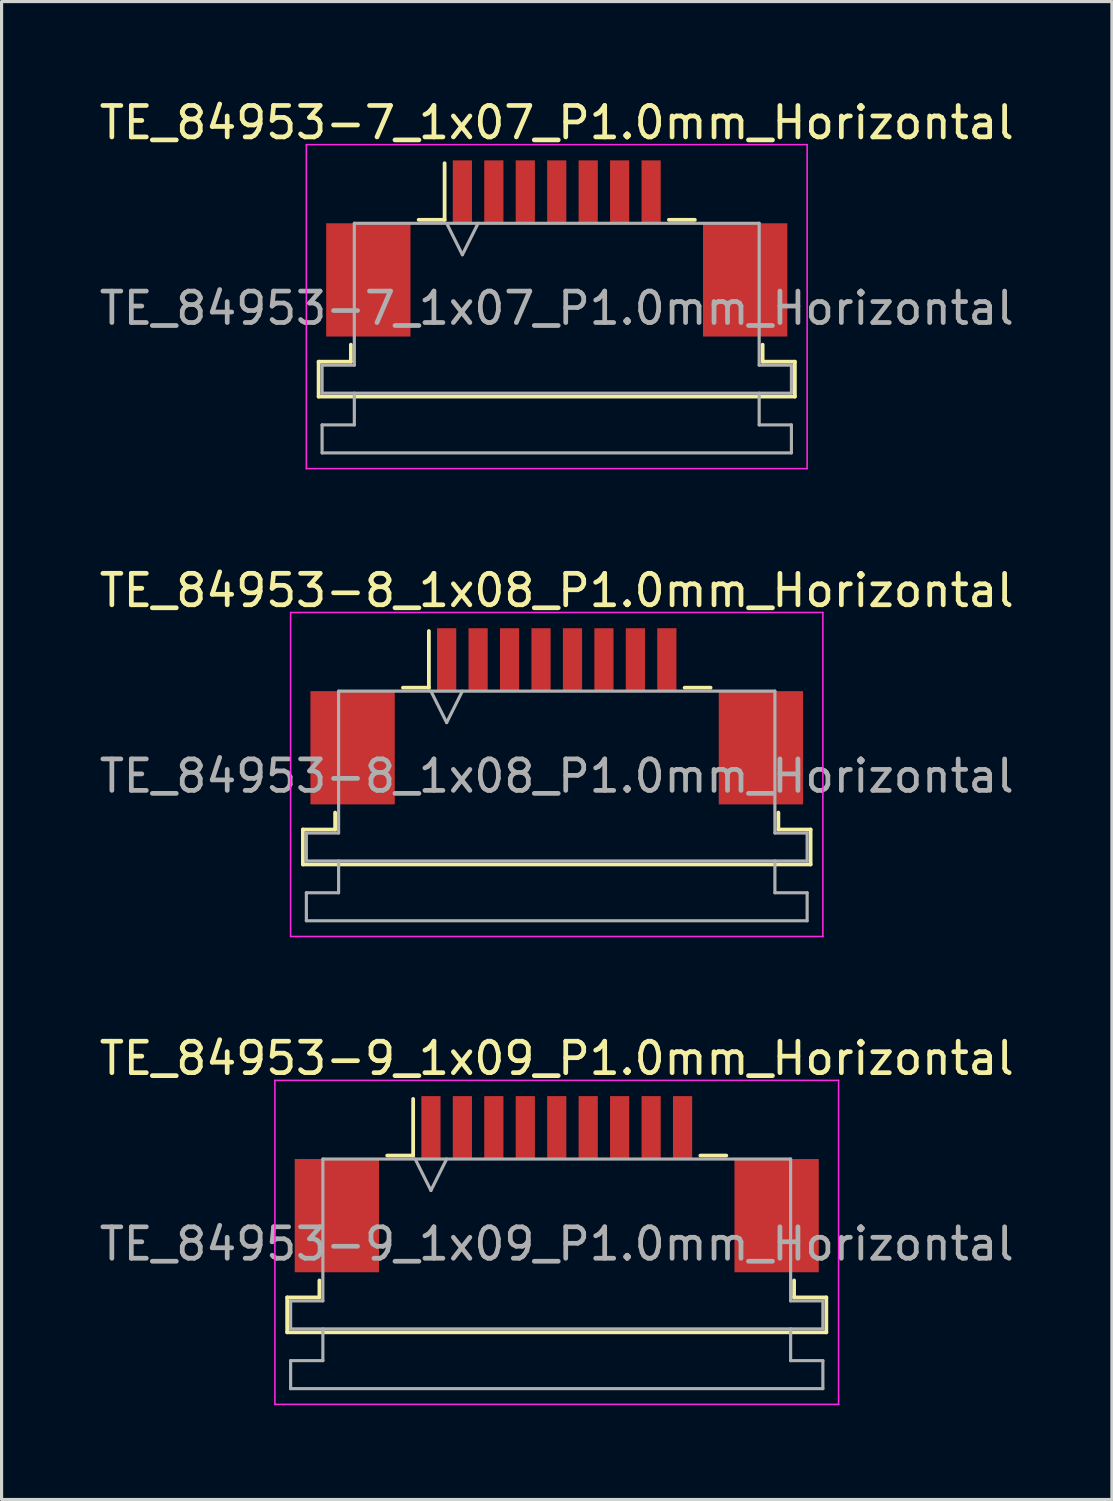
<source format=kicad_pcb>
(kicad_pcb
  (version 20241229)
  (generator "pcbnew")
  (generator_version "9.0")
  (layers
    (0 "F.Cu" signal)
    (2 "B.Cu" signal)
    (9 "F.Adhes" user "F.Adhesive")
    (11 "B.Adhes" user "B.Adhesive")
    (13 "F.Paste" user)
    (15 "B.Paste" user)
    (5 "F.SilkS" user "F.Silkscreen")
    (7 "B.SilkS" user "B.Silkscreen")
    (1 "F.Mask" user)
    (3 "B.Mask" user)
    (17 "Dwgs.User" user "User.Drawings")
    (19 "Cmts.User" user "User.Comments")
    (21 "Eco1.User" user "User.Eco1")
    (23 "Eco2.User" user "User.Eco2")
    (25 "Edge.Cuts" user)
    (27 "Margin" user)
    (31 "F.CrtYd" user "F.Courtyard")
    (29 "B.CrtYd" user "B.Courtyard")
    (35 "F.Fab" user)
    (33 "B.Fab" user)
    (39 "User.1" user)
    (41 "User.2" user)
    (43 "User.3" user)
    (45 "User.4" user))
  (footprint "TE_84953-9_1x09_P1.0mm_Horizontal"
    (layer "F.Cu")
    (at 14.649 34.595)
    (property "Reference" "TE_84953-9_1x09_P1.0mm_Horizontal" (at 0 -4 0) (layer "F.SilkS") (effects (font (size 1 1) (thickness 0.15))))
    (attr smd)
    (fp_line (start -8.57 3.6) (end -7.545 3.6) (stroke (width 0.12) (type solid)) (layer "F.SilkS"))
    (fp_line (start -8.57 4.71) (end -8.57 3.6) (stroke (width 0.12) (type solid)) (layer "F.SilkS"))
    (fp_line (start -7.545 3.6) (end -7.545 3.06) (stroke (width 0.12) (type solid)) (layer "F.SilkS"))
    (fp_line (start -5.39 -0.91) (end -4.565 -0.91) (stroke (width 0.12) (type solid)) (layer "F.SilkS"))
    (fp_line (start -4.565 -0.91) (end -4.565 -2.71) (stroke (width 0.12) (type solid)) (layer "F.SilkS"))
    (fp_line (start 4.565 -0.91) (end 5.39 -0.91) (stroke (width 0.12) (type solid)) (layer "F.SilkS"))
    (fp_line (start 7.545 3.06) (end 7.545 3.6) (stroke (width 0.12) (type solid)) (layer "F.SilkS"))
    (fp_line (start 7.545 3.6) (end 8.57 3.6) (stroke (width 0.12) (type solid)) (layer "F.SilkS"))
    (fp_line (start 8.57 3.6) (end 8.57 4.71) (stroke (width 0.12) (type solid)) (layer "F.SilkS"))
    (fp_line (start 8.57 4.71) (end -8.57 4.71) (stroke (width 0.12) (type solid)) (layer "F.SilkS"))
    (fp_line (start -8.96 -3.3) (end -8.96 7) (stroke (width 0.05) (type solid)) (layer "F.CrtYd"))
    (fp_line (start -8.96 7) (end 8.96 7) (stroke (width 0.05) (type solid)) (layer "F.CrtYd"))
    (fp_line (start 8.96 -3.3) (end -8.96 -3.3) (stroke (width 0.05) (type solid)) (layer "F.CrtYd"))
    (fp_line (start 8.96 7) (end 8.96 -3.3) (stroke (width 0.05) (type solid)) (layer "F.CrtYd"))
    (fp_line (start -8.46 3.71) (end -7.435 3.71) (stroke (width 0.1) (type solid)) (layer "F.Fab"))
    (fp_line (start -8.46 4.6) (end -8.46 3.71) (stroke (width 0.1) (type solid)) (layer "F.Fab"))
    (fp_line (start -8.46 5.61) (end -7.435 5.61) (stroke (width 0.1) (type solid)) (layer "F.Fab"))
    (fp_line (start -8.46 6.5) (end -8.46 5.61) (stroke (width 0.1) (type solid)) (layer "F.Fab"))
    (fp_line (start -7.435 -0.8) (end 7.435 -0.8) (stroke (width 0.1) (type solid)) (layer "F.Fab"))
    (fp_line (start -7.435 3.71) (end -7.435 -0.8) (stroke (width 0.1) (type solid)) (layer "F.Fab"))
    (fp_line (start -7.435 5.61) (end -7.435 4.6) (stroke (width 0.1) (type solid)) (layer "F.Fab"))
    (fp_line (start -4.5 -0.8) (end -4 0.2) (stroke (width 0.1) (type solid)) (layer "F.Fab"))
    (fp_line (start -4 0.2) (end -3.5 -0.8) (stroke (width 0.1) (type solid)) (layer "F.Fab"))
    (fp_line (start 7.435 -0.8) (end 7.435 3.71) (stroke (width 0.1) (type solid)) (layer "F.Fab"))
    (fp_line (start 7.435 3.71) (end 8.46 3.71) (stroke (width 0.1) (type solid)) (layer "F.Fab"))
    (fp_line (start 7.435 4.6) (end 7.435 5.61) (stroke (width 0.1) (type solid)) (layer "F.Fab"))
    (fp_line (start 7.435 5.61) (end 8.46 5.61) (stroke (width 0.1) (type solid)) (layer "F.Fab"))
    (fp_line (start 8.46 3.71) (end 8.46 4.6) (stroke (width 0.1) (type solid)) (layer "F.Fab"))
    (fp_line (start 8.46 4.6) (end -8.46 4.6) (stroke (width 0.1) (type solid)) (layer "F.Fab"))
    (fp_line (start 8.46 5.61) (end 8.46 6.5) (stroke (width 0.1) (type solid)) (layer "F.Fab"))
    (fp_line (start 8.46 6.5) (end -8.46 6.5) (stroke (width 0.1) (type solid)) (layer "F.Fab"))
    (fp_text user "${REFERENCE}" (at 0 1.9 0) (layer "F.Fab") (effects (font (size 1 1) (thickness 0.15))))
    (pad "" smd rect (at -6.99 1) (size 2.68 3.6) (layers "F.Cu" "F.Mask" "F.Paste"))
    (pad "" smd rect (at 6.99 1) (size 2.68 3.6) (layers "F.Cu" "F.Mask" "F.Paste"))
    (pad "1" smd rect (at -4 -1.8) (size 0.61 2) (layers "F.Cu" "F.Mask" "F.Paste"))
    (pad "2" smd rect (at -3 -1.8) (size 0.61 2) (layers "F.Cu" "F.Mask" "F.Paste"))
    (pad "3" smd rect (at -2 -1.8) (size 0.61 2) (layers "F.Cu" "F.Mask" "F.Paste"))
    (pad "4" smd rect (at -1 -1.8) (size 0.61 2) (layers "F.Cu" "F.Mask" "F.Paste"))
    (pad "5" smd rect (at 0 -1.8) (size 0.61 2) (layers "F.Cu" "F.Mask" "F.Paste"))
    (pad "6" smd rect (at 1 -1.8) (size 0.61 2) (layers "F.Cu" "F.Mask" "F.Paste"))
    (pad "7" smd rect (at 2 -1.8) (size 0.61 2) (layers "F.Cu" "F.Mask" "F.Paste"))
    (pad "8" smd rect (at 3 -1.8) (size 0.61 2) (layers "F.Cu" "F.Mask" "F.Paste"))
    (pad "9" smd rect (at 4 -1.8) (size 0.61 2) (layers "F.Cu" "F.Mask" "F.Paste")))
  (footprint "TE_84953-7_1x07_P1.0mm_Horizontal"
    (layer "F.Cu")
    (at 14.649 4.848)
    (property "Reference" "TE_84953-7_1x07_P1.0mm_Horizontal" (at 0 -4 0) (layer "F.SilkS") (effects (font (size 1 1) (thickness 0.15))))
    (attr smd)
    (fp_line (start -7.57 3.6) (end -6.545 3.6) (stroke (width 0.12) (type solid)) (layer "F.SilkS"))
    (fp_line (start -7.57 4.71) (end -7.57 3.6) (stroke (width 0.12) (type solid)) (layer "F.SilkS"))
    (fp_line (start -6.545 3.6) (end -6.545 3.06) (stroke (width 0.12) (type solid)) (layer "F.SilkS"))
    (fp_line (start -4.39 -0.91) (end -3.565 -0.91) (stroke (width 0.12) (type solid)) (layer "F.SilkS"))
    (fp_line (start -3.565 -0.91) (end -3.565 -2.71) (stroke (width 0.12) (type solid)) (layer "F.SilkS"))
    (fp_line (start 3.565 -0.91) (end 4.39 -0.91) (stroke (width 0.12) (type solid)) (layer "F.SilkS"))
    (fp_line (start 6.545 3.06) (end 6.545 3.6) (stroke (width 0.12) (type solid)) (layer "F.SilkS"))
    (fp_line (start 6.545 3.6) (end 7.57 3.6) (stroke (width 0.12) (type solid)) (layer "F.SilkS"))
    (fp_line (start 7.57 3.6) (end 7.57 4.71) (stroke (width 0.12) (type solid)) (layer "F.SilkS"))
    (fp_line (start 7.57 4.71) (end -7.57 4.71) (stroke (width 0.12) (type solid)) (layer "F.SilkS"))
    (fp_line (start -7.96 -3.3) (end -7.96 7) (stroke (width 0.05) (type solid)) (layer "F.CrtYd"))
    (fp_line (start -7.96 7) (end 7.96 7) (stroke (width 0.05) (type solid)) (layer "F.CrtYd"))
    (fp_line (start 7.96 -3.3) (end -7.96 -3.3) (stroke (width 0.05) (type solid)) (layer "F.CrtYd"))
    (fp_line (start 7.96 7) (end 7.96 -3.3) (stroke (width 0.05) (type solid)) (layer "F.CrtYd"))
    (fp_line (start -7.46 3.71) (end -6.435 3.71) (stroke (width 0.1) (type solid)) (layer "F.Fab"))
    (fp_line (start -7.46 4.6) (end -7.46 3.71) (stroke (width 0.1) (type solid)) (layer "F.Fab"))
    (fp_line (start -7.46 5.61) (end -6.435 5.61) (stroke (width 0.1) (type solid)) (layer "F.Fab"))
    (fp_line (start -7.46 6.5) (end -7.46 5.61) (stroke (width 0.1) (type solid)) (layer "F.Fab"))
    (fp_line (start -6.435 -0.8) (end 6.435 -0.8) (stroke (width 0.1) (type solid)) (layer "F.Fab"))
    (fp_line (start -6.435 3.71) (end -6.435 -0.8) (stroke (width 0.1) (type solid)) (layer "F.Fab"))
    (fp_line (start -6.435 5.61) (end -6.435 4.6) (stroke (width 0.1) (type solid)) (layer "F.Fab"))
    (fp_line (start -3.5 -0.8) (end -3 0.2) (stroke (width 0.1) (type solid)) (layer "F.Fab"))
    (fp_line (start -3 0.2) (end -2.5 -0.8) (stroke (width 0.1) (type solid)) (layer "F.Fab"))
    (fp_line (start 6.435 -0.8) (end 6.435 3.71) (stroke (width 0.1) (type solid)) (layer "F.Fab"))
    (fp_line (start 6.435 3.71) (end 7.46 3.71) (stroke (width 0.1) (type solid)) (layer "F.Fab"))
    (fp_line (start 6.435 4.6) (end 6.435 5.61) (stroke (width 0.1) (type solid)) (layer "F.Fab"))
    (fp_line (start 6.435 5.61) (end 7.46 5.61) (stroke (width 0.1) (type solid)) (layer "F.Fab"))
    (fp_line (start 7.46 3.71) (end 7.46 4.6) (stroke (width 0.1) (type solid)) (layer "F.Fab"))
    (fp_line (start 7.46 4.6) (end -7.46 4.6) (stroke (width 0.1) (type solid)) (layer "F.Fab"))
    (fp_line (start 7.46 5.61) (end 7.46 6.5) (stroke (width 0.1) (type solid)) (layer "F.Fab"))
    (fp_line (start 7.46 6.5) (end -7.46 6.5) (stroke (width 0.1) (type solid)) (layer "F.Fab"))
    (fp_text user "${REFERENCE}" (at 0 1.9 0) (layer "F.Fab") (effects (font (size 1 1) (thickness 0.15))))
    (pad "" smd rect (at -5.99 1) (size 2.68 3.6) (layers "F.Cu" "F.Mask" "F.Paste"))
    (pad "" smd rect (at 5.99 1) (size 2.68 3.6) (layers "F.Cu" "F.Mask" "F.Paste"))
    (pad "1" smd rect (at -3 -1.8) (size 0.61 2) (layers "F.Cu" "F.Mask" "F.Paste"))
    (pad "2" smd rect (at -2 -1.8) (size 0.61 2) (layers "F.Cu" "F.Mask" "F.Paste"))
    (pad "3" smd rect (at -1 -1.8) (size 0.61 2) (layers "F.Cu" "F.Mask" "F.Paste"))
    (pad "4" smd rect (at 0 -1.8) (size 0.61 2) (layers "F.Cu" "F.Mask" "F.Paste"))
    (pad "5" smd rect (at 1 -1.8) (size 0.61 2) (layers "F.Cu" "F.Mask" "F.Paste"))
    (pad "6" smd rect (at 2 -1.8) (size 0.61 2) (layers "F.Cu" "F.Mask" "F.Paste"))
    (pad "7" smd rect (at 3 -1.8) (size 0.61 2) (layers "F.Cu" "F.Mask" "F.Paste")))
  (footprint "TE_84953-8_1x08_P1.0mm_Horizontal"
    (layer "F.Cu")
    (at 14.649 19.721)
    (property "Reference" "TE_84953-8_1x08_P1.0mm_Horizontal" (at 0 -4 0) (layer "F.SilkS") (effects (font (size 1 1) (thickness 0.15))))
    (attr smd)
    (fp_line (start -8.07 3.6) (end -7.045 3.6) (stroke (width 0.12) (type solid)) (layer "F.SilkS"))
    (fp_line (start -8.07 4.71) (end -8.07 3.6) (stroke (width 0.12) (type solid)) (layer "F.SilkS"))
    (fp_line (start -7.045 3.6) (end -7.045 3.06) (stroke (width 0.12) (type solid)) (layer "F.SilkS"))
    (fp_line (start -4.89 -0.91) (end -4.065 -0.91) (stroke (width 0.12) (type solid)) (layer "F.SilkS"))
    (fp_line (start -4.065 -0.91) (end -4.065 -2.71) (stroke (width 0.12) (type solid)) (layer "F.SilkS"))
    (fp_line (start 4.065 -0.91) (end 4.89 -0.91) (stroke (width 0.12) (type solid)) (layer "F.SilkS"))
    (fp_line (start 7.045 3.06) (end 7.045 3.6) (stroke (width 0.12) (type solid)) (layer "F.SilkS"))
    (fp_line (start 7.045 3.6) (end 8.07 3.6) (stroke (width 0.12) (type solid)) (layer "F.SilkS"))
    (fp_line (start 8.07 3.6) (end 8.07 4.71) (stroke (width 0.12) (type solid)) (layer "F.SilkS"))
    (fp_line (start 8.07 4.71) (end -8.07 4.71) (stroke (width 0.12) (type solid)) (layer "F.SilkS"))
    (fp_line (start -8.46 -3.3) (end -8.46 7) (stroke (width 0.05) (type solid)) (layer "F.CrtYd"))
    (fp_line (start -8.46 7) (end 8.46 7) (stroke (width 0.05) (type solid)) (layer "F.CrtYd"))
    (fp_line (start 8.46 -3.3) (end -8.46 -3.3) (stroke (width 0.05) (type solid)) (layer "F.CrtYd"))
    (fp_line (start 8.46 7) (end 8.46 -3.3) (stroke (width 0.05) (type solid)) (layer "F.CrtYd"))
    (fp_line (start -7.96 3.71) (end -6.935 3.71) (stroke (width 0.1) (type solid)) (layer "F.Fab"))
    (fp_line (start -7.96 4.6) (end -7.96 3.71) (stroke (width 0.1) (type solid)) (layer "F.Fab"))
    (fp_line (start -7.96 5.61) (end -6.935 5.61) (stroke (width 0.1) (type solid)) (layer "F.Fab"))
    (fp_line (start -7.96 6.5) (end -7.96 5.61) (stroke (width 0.1) (type solid)) (layer "F.Fab"))
    (fp_line (start -6.935 -0.8) (end 6.935 -0.8) (stroke (width 0.1) (type solid)) (layer "F.Fab"))
    (fp_line (start -6.935 3.71) (end -6.935 -0.8) (stroke (width 0.1) (type solid)) (layer "F.Fab"))
    (fp_line (start -6.935 5.61) (end -6.935 4.6) (stroke (width 0.1) (type solid)) (layer "F.Fab"))
    (fp_line (start -4 -0.8) (end -3.5 0.2) (stroke (width 0.1) (type solid)) (layer "F.Fab"))
    (fp_line (start -3.5 0.2) (end -3 -0.8) (stroke (width 0.1) (type solid)) (layer "F.Fab"))
    (fp_line (start 6.935 -0.8) (end 6.935 3.71) (stroke (width 0.1) (type solid)) (layer "F.Fab"))
    (fp_line (start 6.935 3.71) (end 7.96 3.71) (stroke (width 0.1) (type solid)) (layer "F.Fab"))
    (fp_line (start 6.935 4.6) (end 6.935 5.61) (stroke (width 0.1) (type solid)) (layer "F.Fab"))
    (fp_line (start 6.935 5.61) (end 7.96 5.61) (stroke (width 0.1) (type solid)) (layer "F.Fab"))
    (fp_line (start 7.96 3.71) (end 7.96 4.6) (stroke (width 0.1) (type solid)) (layer "F.Fab"))
    (fp_line (start 7.96 4.6) (end -7.96 4.6) (stroke (width 0.1) (type solid)) (layer "F.Fab"))
    (fp_line (start 7.96 5.61) (end 7.96 6.5) (stroke (width 0.1) (type solid)) (layer "F.Fab"))
    (fp_line (start 7.96 6.5) (end -7.96 6.5) (stroke (width 0.1) (type solid)) (layer "F.Fab"))
    (fp_text user "${REFERENCE}" (at 0 1.9 0) (layer "F.Fab") (effects (font (size 1 1) (thickness 0.15))))
    (pad "" smd rect (at -6.49 1) (size 2.68 3.6) (layers "F.Cu" "F.Mask" "F.Paste"))
    (pad "" smd rect (at 6.49 1) (size 2.68 3.6) (layers "F.Cu" "F.Mask" "F.Paste"))
    (pad "1" smd rect (at -3.5 -1.8) (size 0.61 2) (layers "F.Cu" "F.Mask" "F.Paste"))
    (pad "2" smd rect (at -2.5 -1.8) (size 0.61 2) (layers "F.Cu" "F.Mask" "F.Paste"))
    (pad "3" smd rect (at -1.5 -1.8) (size 0.61 2) (layers "F.Cu" "F.Mask" "F.Paste"))
    (pad "4" smd rect (at -0.5 -1.8) (size 0.61 2) (layers "F.Cu" "F.Mask" "F.Paste"))
    (pad "5" smd rect (at 0.5 -1.8) (size 0.61 2) (layers "F.Cu" "F.Mask" "F.Paste"))
    (pad "6" smd rect (at 1.5 -1.8) (size 0.61 2) (layers "F.Cu" "F.Mask" "F.Paste"))
    (pad "7" smd rect (at 2.5 -1.8) (size 0.61 2) (layers "F.Cu" "F.Mask" "F.Paste"))
    (pad "8" smd rect (at 3.5 -1.8) (size 0.61 2) (layers "F.Cu" "F.Mask" "F.Paste")))
  (gr_rect
    (start -3 -3)
    (end 32.298 44.62)
    (stroke (width 0.1) (type default))
    (fill no)
    (layer "Edge.Cuts")))
</source>
